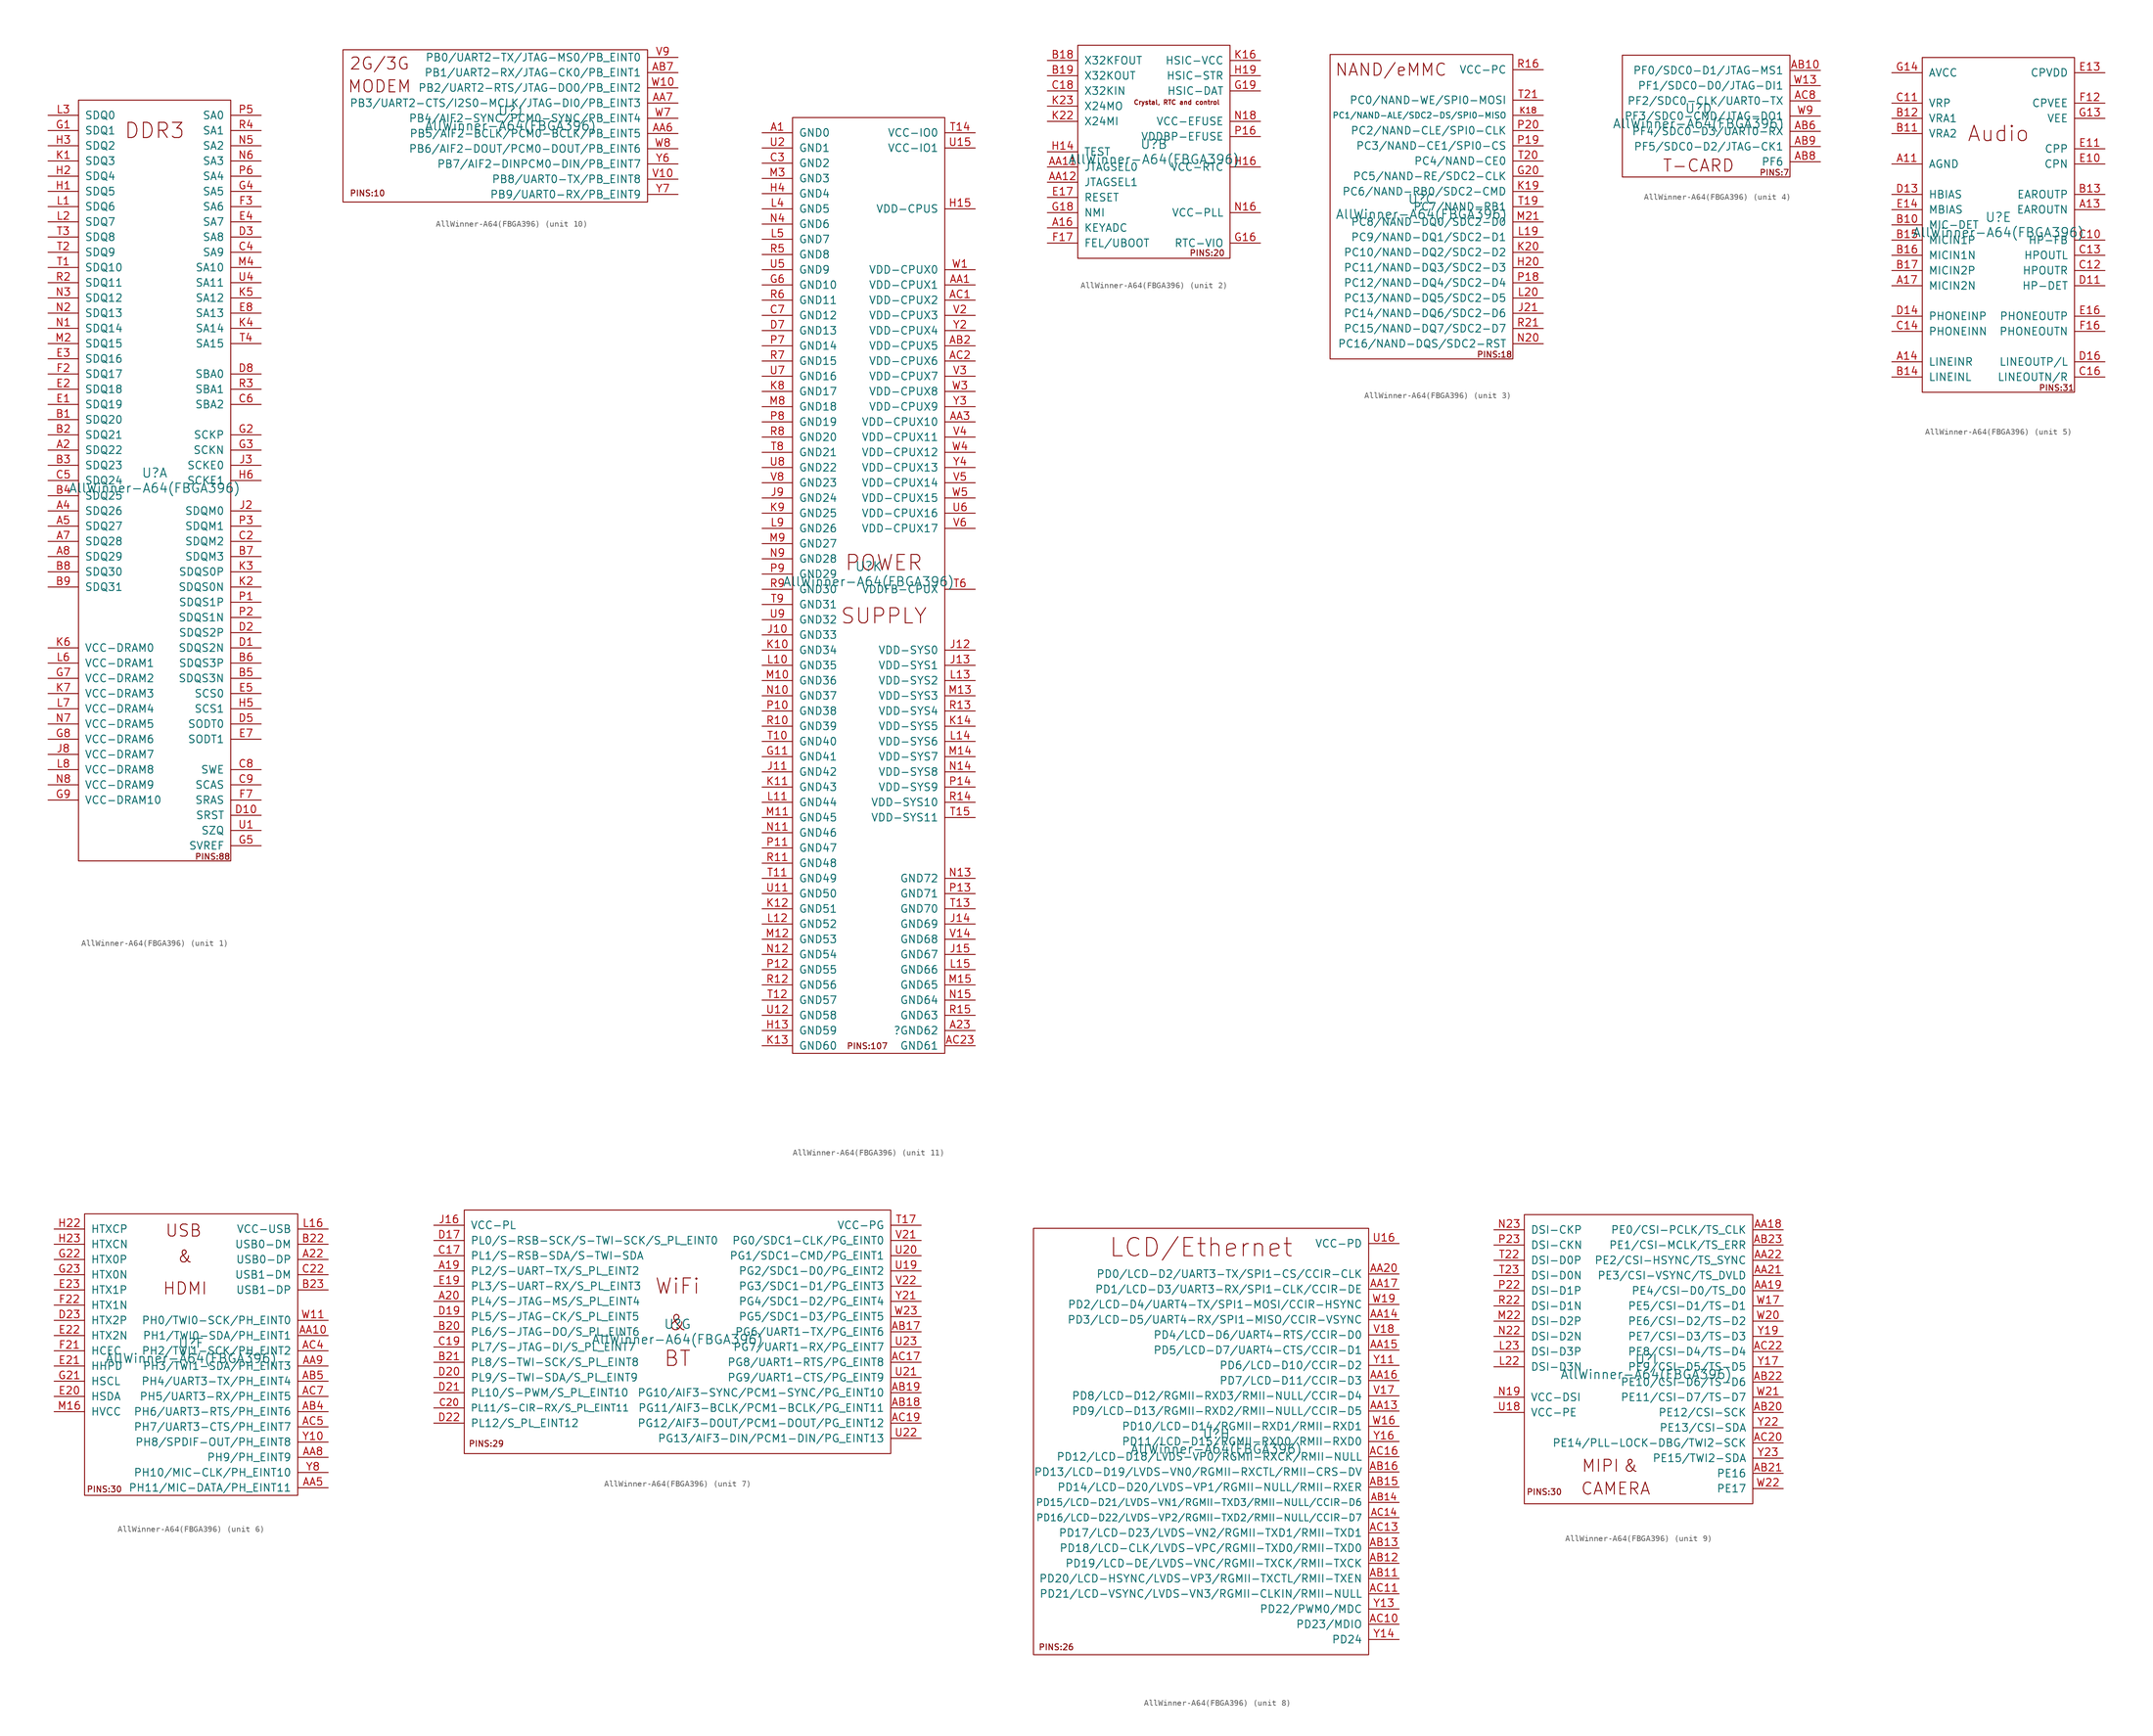
<source format=kicad_sym>
(kicad_symbol_lib
  (version 20241209)
  (generator "kicad_symbol_editor")
  (generator_version "9.0")
  (symbol "AllWinner-A64(FBGA396)"
    (pin_names
      (offset 1.016))
    (property "Reference" "U"
      (at 0 1.27 0)
      (effects (font (size 1.524 1.524))))
    (property "Value" "AllWinner-A64(FBGA396)"
      (at 0 -1.27 0)
      (effects (font (size 1.524 1.524))))
    (property "Footprint" ""
      (at 12.7 12.7 0)
      (effects (font (size 1.524 1.524))))
    (property "Datasheet" ""
      (at 12.7 12.7 0)
      (effects (font (size 1.524 1.524))))
    (property "ki_locked" ""
      (at 0 0 0)
      (effects (font (size 1.27 1.27))))
    (symbol "AllWinner-A64(FBGA396)_1_1"
      (rectangle (start -12.7 63.5) (end 12.7 -63.5) (stroke (width 0) (type solid)) (fill (type none)))
      (text "DDR3" (at 0 58.42 0) (effects (font (size 2.54 2.54))))
      (text "PINS:88" (at 9.677 -62.789 0) (effects (font (size 0.991 0.991))))
      (pin bidirectional line (at -17.78 60.96 0) (length 5.08) (name "SDQ0" (effects (font (size 1.27 1.27)))) (number "L3" (effects (font (size 1.27 1.27)))))
      (pin bidirectional line (at -17.78 58.42 0) (length 5.08) (name "SDQ1" (effects (font (size 1.27 1.27)))) (number "G1" (effects (font (size 1.27 1.27)))))
      (pin bidirectional line (at -17.78 55.88 0) (length 5.08) (name "SDQ2" (effects (font (size 1.27 1.27)))) (number "H3" (effects (font (size 1.27 1.27)))))
      (pin bidirectional line (at -17.78 53.34 0) (length 5.08) (name "SDQ3" (effects (font (size 1.27 1.27)))) (number "K1" (effects (font (size 1.27 1.27)))))
      (pin bidirectional line (at -17.78 50.8 0) (length 5.08) (name "SDQ4" (effects (font (size 1.27 1.27)))) (number "H2" (effects (font (size 1.27 1.27)))))
      (pin bidirectional line (at -17.78 48.26 0) (length 5.08) (name "SDQ5" (effects (font (size 1.27 1.27)))) (number "H1" (effects (font (size 1.27 1.27)))))
      (pin bidirectional line (at -17.78 45.72 0) (length 5.08) (name "SDQ6" (effects (font (size 1.27 1.27)))) (number "L1" (effects (font (size 1.27 1.27)))))
      (pin bidirectional line (at -17.78 43.18 0) (length 5.08) (name "SDQ7" (effects (font (size 1.27 1.27)))) (number "L2" (effects (font (size 1.27 1.27)))))
      (pin bidirectional line (at -17.78 40.64 0) (length 5.08) (name "SDQ8" (effects (font (size 1.27 1.27)))) (number "T3" (effects (font (size 1.27 1.27)))))
      (pin bidirectional line (at -17.78 38.1 0) (length 5.08) (name "SDQ9" (effects (font (size 1.27 1.27)))) (number "T2" (effects (font (size 1.27 1.27)))))
      (pin bidirectional line (at -17.78 35.56 0) (length 5.08) (name "SDQ10" (effects (font (size 1.27 1.27)))) (number "T1" (effects (font (size 1.27 1.27)))))
      (pin bidirectional line (at -17.78 33.02 0) (length 5.08) (name "SDQ11" (effects (font (size 1.27 1.27)))) (number "R2" (effects (font (size 1.27 1.27)))))
      (pin bidirectional line (at -17.78 30.48 0) (length 5.08) (name "SDQ12" (effects (font (size 1.27 1.27)))) (number "N3" (effects (font (size 1.27 1.27)))))
      (pin bidirectional line (at -17.78 27.94 0) (length 5.08) (name "SDQ13" (effects (font (size 1.27 1.27)))) (number "N2" (effects (font (size 1.27 1.27)))))
      (pin bidirectional line (at -17.78 25.4 0) (length 5.08) (name "SDQ14" (effects (font (size 1.27 1.27)))) (number "N1" (effects (font (size 1.27 1.27)))))
      (pin bidirectional line (at -17.78 22.86 0) (length 5.08) (name "SDQ15" (effects (font (size 1.27 1.27)))) (number "M2" (effects (font (size 1.27 1.27)))))
      (pin bidirectional line (at -17.78 20.32 0) (length 5.08) (name "SDQ16" (effects (font (size 1.27 1.27)))) (number "E3" (effects (font (size 1.27 1.27)))))
      (pin bidirectional line (at -17.78 17.78 0) (length 5.08) (name "SDQ17" (effects (font (size 1.27 1.27)))) (number "F2" (effects (font (size 1.27 1.27)))))
      (pin bidirectional line (at -17.78 15.24 0) (length 5.08) (name "SDQ18" (effects (font (size 1.27 1.27)))) (number "E2" (effects (font (size 1.27 1.27)))))
      (pin bidirectional line (at -17.78 12.7 0) (length 5.08) (name "SDQ19" (effects (font (size 1.27 1.27)))) (number "E1" (effects (font (size 1.27 1.27)))))
      (pin bidirectional line (at -17.78 10.16 0) (length 5.08) (name "SDQ20" (effects (font (size 1.27 1.27)))) (number "B1" (effects (font (size 1.27 1.27)))))
      (pin bidirectional line (at -17.78 7.62 0) (length 5.08) (name "SDQ21" (effects (font (size 1.27 1.27)))) (number "B2" (effects (font (size 1.27 1.27)))))
      (pin bidirectional line (at -17.78 5.08 0) (length 5.08) (name "SDQ22" (effects (font (size 1.27 1.27)))) (number "A2" (effects (font (size 1.27 1.27)))))
      (pin bidirectional line (at -17.78 2.54 0) (length 5.08) (name "SDQ23" (effects (font (size 1.27 1.27)))) (number "B3" (effects (font (size 1.27 1.27)))))
      (pin bidirectional line (at -17.78 0 0) (length 5.08) (name "SDQ24" (effects (font (size 1.27 1.27)))) (number "C5" (effects (font (size 1.27 1.27)))))
      (pin bidirectional line (at -17.78 -2.54 0) (length 5.08) (name "SDQ25" (effects (font (size 1.27 1.27)))) (number "B4" (effects (font (size 1.27 1.27)))))
      (pin bidirectional line (at -17.78 -5.08 0) (length 5.08) (name "SDQ26" (effects (font (size 1.27 1.27)))) (number "A4" (effects (font (size 1.27 1.27)))))
      (pin bidirectional line (at -17.78 -7.62 0) (length 5.08) (name "SDQ27" (effects (font (size 1.27 1.27)))) (number "A5" (effects (font (size 1.27 1.27)))))
      (pin bidirectional line (at -17.78 -10.16 0) (length 5.08) (name "SDQ28" (effects (font (size 1.27 1.27)))) (number "A7" (effects (font (size 1.27 1.27)))))
      (pin bidirectional line (at -17.78 -12.7 0) (length 5.08) (name "SDQ29" (effects (font (size 1.27 1.27)))) (number "A8" (effects (font (size 1.27 1.27)))))
      (pin bidirectional line (at -17.78 -15.24 0) (length 5.08) (name "SDQ30" (effects (font (size 1.27 1.27)))) (number "B8" (effects (font (size 1.27 1.27)))))
      (pin bidirectional line (at -17.78 -17.78 0) (length 5.08) (name "SDQ31" (effects (font (size 1.27 1.27)))) (number "B9" (effects (font (size 1.27 1.27)))))
      (pin power_in line (at -17.78 -27.94 0) (length 5.08) (name "VCC-DRAM0" (effects (font (size 1.27 1.27)))) (number "K6" (effects (font (size 1.27 1.27)))))
      (pin power_in line (at -17.78 -30.48 0) (length 5.08) (name "VCC-DRAM1" (effects (font (size 1.27 1.27)))) (number "L6" (effects (font (size 1.27 1.27)))))
      (pin power_in line (at -17.78 -33.02 0) (length 5.08) (name "VCC-DRAM2" (effects (font (size 1.27 1.27)))) (number "G7" (effects (font (size 1.27 1.27)))))
      (pin power_in line (at -17.78 -35.56 0) (length 5.08) (name "VCC-DRAM3" (effects (font (size 1.27 1.27)))) (number "K7" (effects (font (size 1.27 1.27)))))
      (pin power_in line (at -17.78 -38.1 0) (length 5.08) (name "VCC-DRAM4" (effects (font (size 1.27 1.27)))) (number "L7" (effects (font (size 1.27 1.27)))))
      (pin power_in line (at -17.78 -40.64 0) (length 5.08) (name "VCC-DRAM5" (effects (font (size 1.27 1.27)))) (number "N7" (effects (font (size 1.27 1.27)))))
      (pin power_in line (at -17.78 -43.18 0) (length 5.08) (name "VCC-DRAM6" (effects (font (size 1.27 1.27)))) (number "G8" (effects (font (size 1.27 1.27)))))
      (pin power_in line (at -17.78 -45.72 0) (length 5.08) (name "VCC-DRAM7" (effects (font (size 1.27 1.27)))) (number "J8" (effects (font (size 1.27 1.27)))))
      (pin power_in line (at -17.78 -48.26 0) (length 5.08) (name "VCC-DRAM8" (effects (font (size 1.27 1.27)))) (number "L8" (effects (font (size 1.27 1.27)))))
      (pin power_in line (at -17.78 -50.8 0) (length 5.08) (name "VCC-DRAM9" (effects (font (size 1.27 1.27)))) (number "N8" (effects (font (size 1.27 1.27)))))
      (pin power_in line (at -17.78 -53.34 0) (length 5.08) (name "VCC-DRAM10" (effects (font (size 1.27 1.27)))) (number "G9" (effects (font (size 1.27 1.27)))))
      (pin output line (at 17.78 60.96 180) (length 5.08) (name "SA0" (effects (font (size 1.27 1.27)))) (number "P5" (effects (font (size 1.27 1.27)))))
      (pin output line (at 17.78 58.42 180) (length 5.08) (name "SA1" (effects (font (size 1.27 1.27)))) (number "R4" (effects (font (size 1.27 1.27)))))
      (pin output line (at 17.78 55.88 180) (length 5.08) (name "SA2" (effects (font (size 1.27 1.27)))) (number "N5" (effects (font (size 1.27 1.27)))))
      (pin output line (at 17.78 53.34 180) (length 5.08) (name "SA3" (effects (font (size 1.27 1.27)))) (number "N6" (effects (font (size 1.27 1.27)))))
      (pin output line (at 17.78 50.8 180) (length 5.08) (name "SA4" (effects (font (size 1.27 1.27)))) (number "P6" (effects (font (size 1.27 1.27)))))
      (pin output line (at 17.78 48.26 180) (length 5.08) (name "SA5" (effects (font (size 1.27 1.27)))) (number "G4" (effects (font (size 1.27 1.27)))))
      (pin output line (at 17.78 45.72 180) (length 5.08) (name "SA6" (effects (font (size 1.27 1.27)))) (number "F3" (effects (font (size 1.27 1.27)))))
      (pin output line (at 17.78 43.18 180) (length 5.08) (name "SA7" (effects (font (size 1.27 1.27)))) (number "E4" (effects (font (size 1.27 1.27)))))
      (pin output line (at 17.78 40.64 180) (length 5.08) (name "SA8" (effects (font (size 1.27 1.27)))) (number "D3" (effects (font (size 1.27 1.27)))))
      (pin output line (at 17.78 38.1 180) (length 5.08) (name "SA9" (effects (font (size 1.27 1.27)))) (number "C4" (effects (font (size 1.27 1.27)))))
      (pin output line (at 17.78 35.56 180) (length 5.08) (name "SA10" (effects (font (size 1.27 1.27)))) (number "M4" (effects (font (size 1.27 1.27)))))
      (pin output line (at 17.78 33.02 180) (length 5.08) (name "SA11" (effects (font (size 1.27 1.27)))) (number "U4" (effects (font (size 1.27 1.27)))))
      (pin output line (at 17.78 30.48 180) (length 5.08) (name "SA12" (effects (font (size 1.27 1.27)))) (number "K5" (effects (font (size 1.27 1.27)))))
      (pin output line (at 17.78 27.94 180) (length 5.08) (name "SA13" (effects (font (size 1.27 1.27)))) (number "E8" (effects (font (size 1.27 1.27)))))
      (pin output line (at 17.78 25.4 180) (length 5.08) (name "SA14" (effects (font (size 1.27 1.27)))) (number "K4" (effects (font (size 1.27 1.27)))))
      (pin output line (at 17.78 22.86 180) (length 5.08) (name "SA15" (effects (font (size 1.27 1.27)))) (number "T4" (effects (font (size 1.27 1.27)))))
      (pin output line (at 17.78 17.78 180) (length 5.08) (name "SBA0" (effects (font (size 1.27 1.27)))) (number "D8" (effects (font (size 1.27 1.27)))))
      (pin output line (at 17.78 15.24 180) (length 5.08) (name "SBA1" (effects (font (size 1.27 1.27)))) (number "R3" (effects (font (size 1.27 1.27)))))
      (pin output line (at 17.78 12.7 180) (length 5.08) (name "SBA2" (effects (font (size 1.27 1.27)))) (number "C6" (effects (font (size 1.27 1.27)))))
      (pin output line (at 17.78 7.62 180) (length 5.08) (name "SCKP" (effects (font (size 1.27 1.27)))) (number "G2" (effects (font (size 1.27 1.27)))))
      (pin output line (at 17.78 5.08 180) (length 5.08) (name "SCKN" (effects (font (size 1.27 1.27)))) (number "G3" (effects (font (size 1.27 1.27)))))
      (pin output line (at 17.78 2.54 180) (length 5.08) (name "SCKE0" (effects (font (size 1.27 1.27)))) (number "J3" (effects (font (size 1.27 1.27)))))
      (pin output line (at 17.78 0 180) (length 5.08) (name "SCKE1" (effects (font (size 1.27 1.27)))) (number "H6" (effects (font (size 1.27 1.27)))))
      (pin output line (at 17.78 -5.08 180) (length 5.08) (name "SDQM0" (effects (font (size 1.27 1.27)))) (number "J2" (effects (font (size 1.27 1.27)))))
      (pin output line (at 17.78 -7.62 180) (length 5.08) (name "SDQM1" (effects (font (size 1.27 1.27)))) (number "P3" (effects (font (size 1.27 1.27)))))
      (pin output line (at 17.78 -10.16 180) (length 5.08) (name "SDQM2" (effects (font (size 1.27 1.27)))) (number "C2" (effects (font (size 1.27 1.27)))))
      (pin output line (at 17.78 -12.7 180) (length 5.08) (name "SDQM3" (effects (font (size 1.27 1.27)))) (number "B7" (effects (font (size 1.27 1.27)))))
      (pin output line (at 17.78 -15.24 180) (length 5.08) (name "SDQS0P" (effects (font (size 1.27 1.27)))) (number "K3" (effects (font (size 1.27 1.27)))))
      (pin output line (at 17.78 -17.78 180) (length 5.08) (name "SDQS0N" (effects (font (size 1.27 1.27)))) (number "K2" (effects (font (size 1.27 1.27)))))
      (pin output line (at 17.78 -20.32 180) (length 5.08) (name "SDQS1P" (effects (font (size 1.27 1.27)))) (number "P1" (effects (font (size 1.27 1.27)))))
      (pin output line (at 17.78 -22.86 180) (length 5.08) (name "SDQS1N" (effects (font (size 1.27 1.27)))) (number "P2" (effects (font (size 1.27 1.27)))))
      (pin output line (at 17.78 -25.4 180) (length 5.08) (name "SDQS2P" (effects (font (size 1.27 1.27)))) (number "D2" (effects (font (size 1.27 1.27)))))
      (pin output line (at 17.78 -27.94 180) (length 5.08) (name "SDQS2N" (effects (font (size 1.27 1.27)))) (number "D1" (effects (font (size 1.27 1.27)))))
      (pin output line (at 17.78 -30.48 180) (length 5.08) (name "SDQS3P" (effects (font (size 1.27 1.27)))) (number "B6" (effects (font (size 1.27 1.27)))))
      (pin output line (at 17.78 -33.02 180) (length 5.08) (name "SDQS3N" (effects (font (size 1.27 1.27)))) (number "B5" (effects (font (size 1.27 1.27)))))
      (pin output line (at 17.78 -35.56 180) (length 5.08) (name "SCS0" (effects (font (size 1.27 1.27)))) (number "E5" (effects (font (size 1.27 1.27)))))
      (pin output line (at 17.78 -38.1 180) (length 5.08) (name "SCS1" (effects (font (size 1.27 1.27)))) (number "H5" (effects (font (size 1.27 1.27)))))
      (pin output line (at 17.78 -40.64 180) (length 5.08) (name "SODT0" (effects (font (size 1.27 1.27)))) (number "D5" (effects (font (size 1.27 1.27)))))
      (pin output line (at 17.78 -43.18 180) (length 5.08) (name "SODT1" (effects (font (size 1.27 1.27)))) (number "E7" (effects (font (size 1.27 1.27)))))
      (pin output line (at 17.78 -48.26 180) (length 5.08) (name "SWE" (effects (font (size 1.27 1.27)))) (number "C8" (effects (font (size 1.27 1.27)))))
      (pin output line (at 17.78 -50.8 180) (length 5.08) (name "SCAS" (effects (font (size 1.27 1.27)))) (number "C9" (effects (font (size 1.27 1.27)))))
      (pin output line (at 17.78 -53.34 180) (length 5.08) (name "SRAS" (effects (font (size 1.27 1.27)))) (number "F7" (effects (font (size 1.27 1.27)))))
      (pin output line (at 17.78 -55.88 180) (length 5.08) (name "SRST" (effects (font (size 1.27 1.27)))) (number "D10" (effects (font (size 1.27 1.27)))))
      (pin passive line (at 17.78 -58.42 180) (length 5.08) (name "SZQ" (effects (font (size 1.27 1.27)))) (number "U1" (effects (font (size 1.27 1.27)))))
      (pin input line (at 17.78 -60.96 180) (length 5.08) (name "SVREF" (effects (font (size 1.27 1.27)))) (number "G5" (effects (font (size 1.27 1.27))))))
    (symbol "AllWinner-A64(FBGA396)_2_1"
      (rectangle (start -12.7 17.78) (end 12.7 -17.78) (stroke (width 0) (type solid)) (fill (type none)))
      (text "Crystal, RTC and control" (at 3.81 8.255 0) (effects (font (size 0.762 0.762))))
      (text "PINS:20" (at 8.89 -16.891 0) (effects (font (size 0.991 0.991))))
      (pin output line (at -17.78 15.24 0) (length 5.08) (name "X32KFOUT" (effects (font (size 1.27 1.27)))) (number "B18" (effects (font (size 1.27 1.27)))))
      (pin output line (at -17.78 12.7 0) (length 5.08) (name "X32KOUT" (effects (font (size 1.27 1.27)))) (number "B19" (effects (font (size 1.27 1.27)))))
      (pin input line (at -17.78 10.16 0) (length 5.08) (name "X32KIN" (effects (font (size 1.27 1.27)))) (number "C18" (effects (font (size 1.27 1.27)))))
      (pin output line (at -17.78 7.62 0) (length 5.08) (name "X24MO" (effects (font (size 1.27 1.27)))) (number "K23" (effects (font (size 1.27 1.27)))))
      (pin input line (at -17.78 5.08 0) (length 5.08) (name "X24MI" (effects (font (size 1.27 1.27)))) (number "K22" (effects (font (size 1.27 1.27)))))
      (pin input line (at -17.78 0 0) (length 5.08) (name "TEST" (effects (font (size 1.27 1.27)))) (number "H14" (effects (font (size 1.27 1.27)))))
      (pin input line (at -17.78 -2.54 0) (length 5.08) (name "JTAGSEL0" (effects (font (size 1.27 1.27)))) (number "AA11" (effects (font (size 1.27 1.27)))))
      (pin input line (at -17.78 -5.08 0) (length 5.08) (name "JTAGSEL1" (effects (font (size 1.27 1.27)))) (number "AA12" (effects (font (size 1.27 1.27)))))
      (pin input line (at -17.78 -7.62 0) (length 5.08) (name "RESET" (effects (font (size 1.27 1.27)))) (number "E17" (effects (font (size 1.27 1.27)))))
      (pin input line (at -17.78 -10.16 0) (length 5.08) (name "NMI" (effects (font (size 1.27 1.27)))) (number "G18" (effects (font (size 1.27 1.27)))))
      (pin input line (at -17.78 -12.7 0) (length 5.08) (name "KEYADC" (effects (font (size 1.27 1.27)))) (number "A16" (effects (font (size 1.27 1.27)))))
      (pin input line (at -17.78 -15.24 0) (length 5.08) (name "FEL/UBOOT" (effects (font (size 1.27 1.27)))) (number "F17" (effects (font (size 1.27 1.27)))))
      (pin power_in line (at 17.78 15.24 180) (length 5.08) (name "HSIC-VCC" (effects (font (size 1.27 1.27)))) (number "K16" (effects (font (size 1.27 1.27)))))
      (pin bidirectional line (at 17.78 12.7 180) (length 5.08) (name "HSIC-STR" (effects (font (size 1.27 1.27)))) (number "H19" (effects (font (size 1.27 1.27)))))
      (pin bidirectional line (at 17.78 10.16 180) (length 5.08) (name "HSIC-DAT" (effects (font (size 1.27 1.27)))) (number "G19" (effects (font (size 1.27 1.27)))))
      (pin input line (at 17.78 5.08 180) (length 5.08) (name "VCC-EFUSE" (effects (font (size 1.27 1.27)))) (number "N18" (effects (font (size 1.27 1.27)))))
      (pin input line (at 17.78 2.54 180) (length 5.08) (name "VDDBP-EFUSE" (effects (font (size 1.27 1.27)))) (number "P16" (effects (font (size 1.27 1.27)))))
      (pin power_in line (at 17.78 -2.54 180) (length 5.08) (name "VCC-RTC" (effects (font (size 1.27 1.27)))) (number "H16" (effects (font (size 1.27 1.27)))))
      (pin power_in line (at 17.78 -10.16 180) (length 5.08) (name "VCC-PLL" (effects (font (size 1.27 1.27)))) (number "N16" (effects (font (size 1.27 1.27)))))
      (pin input line (at 17.78 -15.24 180) (length 5.08) (name "RTC-VIO" (effects (font (size 1.27 1.27)))) (number "G16" (effects (font (size 1.27 1.27))))))
    (symbol "AllWinner-A64(FBGA396)_3_1"
      (rectangle (start -15.24 25.4) (end 15.24 -25.4) (stroke (width 0) (type solid)) (fill (type none)))
      (text "NAND/eMMC" (at -5.08 22.86 0) (effects (font (size 2.032 2.032))))
      (text "PINS:18" (at 12.192 -24.663 0) (effects (font (size 0.991 0.991))))
      (pin power_in line (at 20.32 22.86 180) (length 5.08) (name "VCC-PC" (effects (font (size 1.27 1.27)))) (number "R16" (effects (font (size 1.27 1.27)))))
      (pin bidirectional line (at 20.32 17.78 180) (length 5.08) (name "PC0/NAND-WE/SPI0-MOSI" (effects (font (size 1.27 1.27)))) (number "T21" (effects (font (size 1.27 1.27)))))
      (pin bidirectional line (at 20.32 15.24 180) (length 5.08) (name "PC1/NAND-ALE/SDC2-DS/SPI0-MISO" (effects (font (size 0.991 0.991)))) (number "K18" (effects (font (size 0.991 0.991)))))
      (pin bidirectional line (at 20.32 12.7 180) (length 5.08) (name "PC2/NAND-CLE/SPI0-CLK" (effects (font (size 1.27 1.27)))) (number "P20" (effects (font (size 1.27 1.27)))))
      (pin bidirectional line (at 20.32 10.16 180) (length 5.08) (name "PC3/NAND-CE1/SPI0-CS" (effects (font (size 1.27 1.27)))) (number "P19" (effects (font (size 1.27 1.27)))))
      (pin bidirectional line (at 20.32 7.62 180) (length 5.08) (name "PC4/NAND-CE0" (effects (font (size 1.27 1.27)))) (number "T20" (effects (font (size 1.27 1.27)))))
      (pin bidirectional line (at 20.32 5.08 180) (length 5.08) (name "PC5/NAND-RE/SDC2-CLK" (effects (font (size 1.27 1.27)))) (number "G20" (effects (font (size 1.27 1.27)))))
      (pin bidirectional line (at 20.32 2.54 180) (length 5.08) (name "PC6/NAND-RB0/SDC2-CMD" (effects (font (size 1.27 1.27)))) (number "K19" (effects (font (size 1.27 1.27)))))
      (pin bidirectional line (at 20.32 0 180) (length 5.08) (name "PC7/NAND-RB1" (effects (font (size 1.27 1.27)))) (number "T19" (effects (font (size 1.27 1.27)))))
      (pin bidirectional line (at 20.32 -2.54 180) (length 5.08) (name "PC8/NAND-DQ0/SDC2-D0" (effects (font (size 1.27 1.27)))) (number "M21" (effects (font (size 1.27 1.27)))))
      (pin bidirectional line (at 20.32 -5.08 180) (length 5.08) (name "PC9/NAND-DQ1/SDC2-D1" (effects (font (size 1.27 1.27)))) (number "L19" (effects (font (size 1.27 1.27)))))
      (pin bidirectional line (at 20.32 -7.62 180) (length 5.08) (name "PC10/NAND-DQ2/SDC2-D2" (effects (font (size 1.27 1.27)))) (number "K20" (effects (font (size 1.27 1.27)))))
      (pin bidirectional line (at 20.32 -10.16 180) (length 5.08) (name "PC11/NAND-DQ3/SDC2-D3" (effects (font (size 1.27 1.27)))) (number "H20" (effects (font (size 1.27 1.27)))))
      (pin bidirectional line (at 20.32 -12.7 180) (length 5.08) (name "PC12/NAND-DQ4/SDC2-D4" (effects (font (size 1.27 1.27)))) (number "P18" (effects (font (size 1.27 1.27)))))
      (pin bidirectional line (at 20.32 -15.24 180) (length 5.08) (name "PC13/NAND-DQ5/SDC2-D5" (effects (font (size 1.27 1.27)))) (number "L20" (effects (font (size 1.27 1.27)))))
      (pin bidirectional line (at 20.32 -17.78 180) (length 5.08) (name "PC14/NAND-DQ6/SDC2-D6" (effects (font (size 1.27 1.27)))) (number "J21" (effects (font (size 1.27 1.27)))))
      (pin bidirectional line (at 20.32 -20.32 180) (length 5.08) (name "PC15/NAND-DQ7/SDC2-D7" (effects (font (size 1.27 1.27)))) (number "R21" (effects (font (size 1.27 1.27)))))
      (pin bidirectional line (at 20.32 -22.86 180) (length 5.08) (name "PC16/NAND-DQS/SDC2-RST" (effects (font (size 1.27 1.27)))) (number "N20" (effects (font (size 1.27 1.27))))))
    (symbol "AllWinner-A64(FBGA396)_4_1"
      (rectangle (start -12.7 10.16) (end 15.24 -10.16) (stroke (width 0) (type solid)) (fill (type none)))
      (text "T-CARD" (at 0 -8.255 0) (effects (font (size 2.032 2.032))))
      (text "PINS:7" (at 12.649 -9.423 0) (effects (font (size 0.991 0.991))))
      (pin bidirectional line (at 20.32 7.62 180) (length 5.08) (name "PF0/SDC0-D1/JTAG-MS1" (effects (font (size 1.27 1.27)))) (number "AB10" (effects (font (size 1.27 1.27)))))
      (pin bidirectional line (at 20.32 5.08 180) (length 5.08) (name "PF1/SDC0-D0/JTAG-DI1" (effects (font (size 1.27 1.27)))) (number "W13" (effects (font (size 1.27 1.27)))))
      (pin bidirectional line (at 20.32 2.54 180) (length 5.08) (name "PF2/SDC0-CLK/UART0-TX" (effects (font (size 1.27 1.27)))) (number "AC8" (effects (font (size 1.27 1.27)))))
      (pin bidirectional line (at 20.32 0 180) (length 5.08) (name "PF3/SDC0-CMD/JTAG-DO1" (effects (font (size 1.27 1.27)))) (number "W9" (effects (font (size 1.27 1.27)))))
      (pin bidirectional line (at 20.32 -2.54 180) (length 5.08) (name "PF4/SDC0-D3/UART0-RX" (effects (font (size 1.27 1.27)))) (number "AB6" (effects (font (size 1.27 1.27)))))
      (pin bidirectional line (at 20.32 -5.08 180) (length 5.08) (name "PF5/SDC0-D2/JTAG-CK1" (effects (font (size 1.27 1.27)))) (number "AB9" (effects (font (size 1.27 1.27)))))
      (pin bidirectional line (at 20.32 -7.62 180) (length 5.08) (name "PF6" (effects (font (size 1.27 1.27)))) (number "AB8" (effects (font (size 1.27 1.27))))))
    (symbol "AllWinner-A64(FBGA396)_5_1"
      (rectangle (start -12.7 27.94) (end 12.7 -27.94) (stroke (width 0) (type solid)) (fill (type none)))
      (text "Audio" (at 0 15.24 0) (effects (font (size 2.54 2.54))))
      (text "PINS:31" (at 9.703 -27.203 0) (effects (font (size 0.991 0.991))))
      (pin power_in line (at -17.78 25.4 0) (length 5.08) (name "AVCC" (effects (font (size 1.27 1.27)))) (number "G14" (effects (font (size 1.27 1.27)))))
      (pin input line (at -17.78 20.32 0) (length 5.08) (name "VRP" (effects (font (size 1.27 1.27)))) (number "C11" (effects (font (size 1.27 1.27)))))
      (pin input line (at -17.78 17.78 0) (length 5.08) (name "VRA1" (effects (font (size 1.27 1.27)))) (number "B12" (effects (font (size 1.27 1.27)))))
      (pin input line (at -17.78 15.24 0) (length 5.08) (name "VRA2" (effects (font (size 1.27 1.27)))) (number "B11" (effects (font (size 1.27 1.27)))))
      (pin power_in line (at -17.78 10.16 0) (length 5.08) (name "AGND" (effects (font (size 1.27 1.27)))) (number "A11" (effects (font (size 1.27 1.27)))))
      (pin power_out line (at -17.78 5.08 0) (length 5.08) (name "HBIAS" (effects (font (size 1.27 1.27)))) (number "D13" (effects (font (size 1.27 1.27)))))
      (pin power_out line (at -17.78 2.54 0) (length 5.08) (name "MBIAS" (effects (font (size 1.27 1.27)))) (number "E14" (effects (font (size 1.27 1.27)))))
      (pin input line (at -17.78 0 0) (length 5.08) (name "MIC-DET" (effects (font (size 1.27 1.27)))) (number "B10" (effects (font (size 1.27 1.27)))))
      (pin input line (at -17.78 -2.54 0) (length 5.08) (name "MICIN1P" (effects (font (size 1.27 1.27)))) (number "B15" (effects (font (size 1.27 1.27)))))
      (pin input line (at -17.78 -5.08 0) (length 5.08) (name "MICIN1N" (effects (font (size 1.27 1.27)))) (number "B16" (effects (font (size 1.27 1.27)))))
      (pin input line (at -17.78 -7.62 0) (length 5.08) (name "MICIN2P" (effects (font (size 1.27 1.27)))) (number "B17" (effects (font (size 1.27 1.27)))))
      (pin input line (at -17.78 -10.16 0) (length 5.08) (name "MICIN2N" (effects (font (size 1.27 1.27)))) (number "A17" (effects (font (size 1.27 1.27)))))
      (pin input line (at -17.78 -15.24 0) (length 5.08) (name "PHONEINP" (effects (font (size 1.27 1.27)))) (number "D14" (effects (font (size 1.27 1.27)))))
      (pin input line (at -17.78 -17.78 0) (length 5.08) (name "PHONEINN" (effects (font (size 1.27 1.27)))) (number "C14" (effects (font (size 1.27 1.27)))))
      (pin input line (at -17.78 -22.86 0) (length 5.08) (name "LINEINR" (effects (font (size 1.27 1.27)))) (number "A14" (effects (font (size 1.27 1.27)))))
      (pin input line (at -17.78 -25.4 0) (length 5.08) (name "LINEINL" (effects (font (size 1.27 1.27)))) (number "B14" (effects (font (size 1.27 1.27)))))
      (pin power_in line (at 17.78 25.4 180) (length 5.08) (name "CPVDD" (effects (font (size 1.27 1.27)))) (number "E13" (effects (font (size 1.27 1.27)))))
      (pin power_out line (at 17.78 20.32 180) (length 5.08) (name "CPVEE" (effects (font (size 1.27 1.27)))) (number "F12" (effects (font (size 1.27 1.27)))))
      (pin power_in line (at 17.78 17.78 180) (length 5.08) (name "VEE" (effects (font (size 1.27 1.27)))) (number "G13" (effects (font (size 1.27 1.27)))))
      (pin passive line (at 17.78 12.7 180) (length 5.08) (name "CPP" (effects (font (size 1.27 1.27)))) (number "E11" (effects (font (size 1.27 1.27)))))
      (pin passive line (at 17.78 10.16 180) (length 5.08) (name "CPN" (effects (font (size 1.27 1.27)))) (number "E10" (effects (font (size 1.27 1.27)))))
      (pin output line (at 17.78 5.08 180) (length 5.08) (name "EAROUTP" (effects (font (size 1.27 1.27)))) (number "B13" (effects (font (size 1.27 1.27)))))
      (pin output line (at 17.78 2.54 180) (length 5.08) (name "EAROUTN" (effects (font (size 1.27 1.27)))) (number "A13" (effects (font (size 1.27 1.27)))))
      (pin input line (at 17.78 -2.54 180) (length 5.08) (name "HP-FB" (effects (font (size 1.27 1.27)))) (number "C10" (effects (font (size 1.27 1.27)))))
      (pin output line (at 17.78 -5.08 180) (length 5.08) (name "HPOUTL" (effects (font (size 1.27 1.27)))) (number "C13" (effects (font (size 1.27 1.27)))))
      (pin output line (at 17.78 -7.62 180) (length 5.08) (name "HPOUTR" (effects (font (size 1.27 1.27)))) (number "C12" (effects (font (size 1.27 1.27)))))
      (pin input line (at 17.78 -10.16 180) (length 5.08) (name "HP-DET" (effects (font (size 1.27 1.27)))) (number "D11" (effects (font (size 1.27 1.27)))))
      (pin output line (at 17.78 -15.24 180) (length 5.08) (name "PHONEOUTP" (effects (font (size 1.27 1.27)))) (number "E16" (effects (font (size 1.27 1.27)))))
      (pin output line (at 17.78 -17.78 180) (length 5.08) (name "PHONEOUTN" (effects (font (size 1.27 1.27)))) (number "F16" (effects (font (size 1.27 1.27)))))
      (pin output line (at 17.78 -22.86 180) (length 5.08) (name "LINEOUTP/L" (effects (font (size 1.27 1.27)))) (number "D16" (effects (font (size 1.27 1.27)))))
      (pin output line (at 17.78 -25.4 180) (length 5.08) (name "LINEOUTN/R" (effects (font (size 1.27 1.27)))) (number "C16" (effects (font (size 1.27 1.27))))))
    (symbol "AllWinner-A64(FBGA396)_6_1"
      (rectangle (start -17.78 22.86) (end 17.78 -24.13) (stroke (width 0) (type solid)) (fill (type none)))
      (text "PINS:30" (at -14.478 -23.114 0) (effects (font (size 0.991 0.991))))
      (text "USB" (at -1.27 20.066 0) (effects (font (size 2.007 2.007))))
      (text "&" (at -1.016 15.748 0) (effects (font (size 2.007 2.007))))
      (text "HDMI" (at -1.016 10.414 0) (effects (font (size 2.007 2.007))))
      (pin output line (at -22.86 20.32 0) (length 5.08) (name "HTXCP" (effects (font (size 1.27 1.27)))) (number "H22" (effects (font (size 1.27 1.27)))))
      (pin output line (at -22.86 17.78 0) (length 5.08) (name "HTXCN" (effects (font (size 1.27 1.27)))) (number "H23" (effects (font (size 1.27 1.27)))))
      (pin output line (at -22.86 15.24 0) (length 5.08) (name "HTX0P" (effects (font (size 1.27 1.27)))) (number "G22" (effects (font (size 1.27 1.27)))))
      (pin output line (at -22.86 12.7 0) (length 5.08) (name "HTX0N" (effects (font (size 1.27 1.27)))) (number "G23" (effects (font (size 1.27 1.27)))))
      (pin output line (at -22.86 10.16 0) (length 5.08) (name "HTX1P" (effects (font (size 1.27 1.27)))) (number "E23" (effects (font (size 1.27 1.27)))))
      (pin output line (at -22.86 7.62 0) (length 5.08) (name "HTX1N" (effects (font (size 1.27 1.27)))) (number "F22" (effects (font (size 1.27 1.27)))))
      (pin output line (at -22.86 5.08 0) (length 5.08) (name "HTX2P" (effects (font (size 1.27 1.27)))) (number "D23" (effects (font (size 1.27 1.27)))))
      (pin output line (at -22.86 2.54 0) (length 5.08) (name "HTX2N" (effects (font (size 1.27 1.27)))) (number "E22" (effects (font (size 1.27 1.27)))))
      (pin output line (at -22.86 0 0) (length 5.08) (name "HCEC" (effects (font (size 1.27 1.27)))) (number "F21" (effects (font (size 1.27 1.27)))))
      (pin output line (at -22.86 -2.54 0) (length 5.08) (name "HHPD" (effects (font (size 1.27 1.27)))) (number "E21" (effects (font (size 1.27 1.27)))))
      (pin output line (at -22.86 -5.08 0) (length 5.08) (name "HSCL" (effects (font (size 1.27 1.27)))) (number "G21" (effects (font (size 1.27 1.27)))))
      (pin output line (at -22.86 -7.62 0) (length 5.08) (name "HSDA" (effects (font (size 1.27 1.27)))) (number "E20" (effects (font (size 1.27 1.27)))))
      (pin power_in line (at -22.86 -10.16 0) (length 5.08) (name "HVCC" (effects (font (size 1.27 1.27)))) (number "M16" (effects (font (size 1.27 1.27)))))
      (pin power_in line (at 22.86 20.32 180) (length 5.08) (name "VCC-USB" (effects (font (size 1.27 1.27)))) (number "L16" (effects (font (size 1.27 1.27)))))
      (pin bidirectional line (at 22.86 17.78 180) (length 5.08) (name "USB0-DM" (effects (font (size 1.27 1.27)))) (number "B22" (effects (font (size 1.27 1.27)))))
      (pin bidirectional line (at 22.86 15.24 180) (length 5.08) (name "USB0-DP" (effects (font (size 1.27 1.27)))) (number "A22" (effects (font (size 1.27 1.27)))))
      (pin bidirectional line (at 22.86 12.7 180) (length 5.08) (name "USB1-DM" (effects (font (size 1.27 1.27)))) (number "C22" (effects (font (size 1.27 1.27)))))
      (pin bidirectional line (at 22.86 10.16 180) (length 5.08) (name "USB1-DP" (effects (font (size 1.27 1.27)))) (number "B23" (effects (font (size 1.27 1.27)))))
      (pin bidirectional line (at 22.86 5.08 180) (length 5.08) (name "PH0/TWI0-SCK/PH_EINT0" (effects (font (size 1.27 1.27)))) (number "W11" (effects (font (size 1.27 1.27)))))
      (pin bidirectional line (at 22.86 2.54 180) (length 5.08) (name "PH1/TWI0-SDA/PH_EINT1" (effects (font (size 1.27 1.27)))) (number "AA10" (effects (font (size 1.27 1.27)))))
      (pin bidirectional line (at 22.86 0 180) (length 5.08) (name "PH2/TWI1-SCK/PH_EINT2" (effects (font (size 1.27 1.27)))) (number "AC4" (effects (font (size 1.27 1.27)))))
      (pin bidirectional line (at 22.86 -2.54 180) (length 5.08) (name "PH3/TWI1-SDA/PH_EINT3" (effects (font (size 1.27 1.27)))) (number "AA9" (effects (font (size 1.27 1.27)))))
      (pin bidirectional line (at 22.86 -5.08 180) (length 5.08) (name "PH4/UART3-TX/PH_EINT4" (effects (font (size 1.27 1.27)))) (number "AB5" (effects (font (size 1.27 1.27)))))
      (pin bidirectional line (at 22.86 -7.62 180) (length 5.08) (name "PH5/UART3-RX/PH_EINT5" (effects (font (size 1.27 1.27)))) (number "AC7" (effects (font (size 1.27 1.27)))))
      (pin bidirectional line (at 22.86 -10.16 180) (length 5.08) (name "PH6/UART3-RTS/PH_EINT6" (effects (font (size 1.27 1.27)))) (number "AB4" (effects (font (size 1.27 1.27)))))
      (pin bidirectional line (at 22.86 -12.7 180) (length 5.08) (name "PH7/UART3-CTS/PH_EINT7" (effects (font (size 1.27 1.27)))) (number "AC5" (effects (font (size 1.27 1.27)))))
      (pin bidirectional line (at 22.86 -15.24 180) (length 5.08) (name "PH8/SPDIF-OUT/PH_EINT8" (effects (font (size 1.27 1.27)))) (number "Y10" (effects (font (size 1.27 1.27)))))
      (pin bidirectional line (at 22.86 -17.78 180) (length 5.08) (name "PH9/PH_EINT9" (effects (font (size 1.27 1.27)))) (number "AA8" (effects (font (size 1.27 1.27)))))
      (pin bidirectional line (at 22.86 -20.32 180) (length 5.08) (name "PH10/MIC-CLK/PH_EINT10" (effects (font (size 1.27 1.27)))) (number "Y8" (effects (font (size 1.27 1.27)))))
      (pin bidirectional line (at 22.86 -22.86 180) (length 5.08) (name "PH11/MIC-DATA/PH_EINT11" (effects (font (size 1.27 1.27)))) (number "AA5" (effects (font (size 1.27 1.27))))))
    (symbol "AllWinner-A64(FBGA396)_7_1"
      (rectangle (start -35.56 20.32) (end 35.56 -20.32) (stroke (width 0) (type solid)) (fill (type none)))
      (text "PINS:29" (at -31.877 -18.669 0) (effects (font (size 0.991 0.991))))
      (text "WiFi" (at 0 7.62 0) (effects (font (size 2.54 2.54))))
      (text "&" (at 0 1.524 0) (effects (font (size 2.54 2.54))))
      (text "BT" (at 0 -4.445 0) (effects (font (size 2.54 2.54))))
      (pin power_in line (at -40.64 17.78 0) (length 5.08) (name "VCC-PL" (effects (font (size 1.27 1.27)))) (number "J16" (effects (font (size 1.27 1.27)))))
      (pin bidirectional line (at -40.64 15.24 0) (length 5.08) (name "PL0/S-RSB-SCK/S-TWI-SCK/S_PL_EINT0" (effects (font (size 1.27 1.27)))) (number "D17" (effects (font (size 1.27 1.27)))))
      (pin bidirectional line (at -40.64 12.7 0) (length 5.08) (name "PL1/S-RSB-SDA/S-TWI-SDA" (effects (font (size 1.27 1.27)))) (number "C17" (effects (font (size 1.27 1.27)))))
      (pin bidirectional line (at -40.64 10.16 0) (length 5.08) (name "PL2/S-UART-TX/S_PL_EINT2" (effects (font (size 1.27 1.27)))) (number "A19" (effects (font (size 1.27 1.27)))))
      (pin bidirectional line (at -40.64 7.62 0) (length 5.08) (name "PL3/S-UART-RX/S_PL_EINT3" (effects (font (size 1.27 1.27)))) (number "E19" (effects (font (size 1.27 1.27)))))
      (pin bidirectional line (at -40.64 5.08 0) (length 5.08) (name "PL4/S-JTAG-MS/S_PL_EINT4" (effects (font (size 1.27 1.27)))) (number "A20" (effects (font (size 1.27 1.27)))))
      (pin bidirectional line (at -40.64 2.54 0) (length 5.08) (name "PL5/S-JTAG-CK/S_PL_EINT5" (effects (font (size 1.27 1.27)))) (number "D19" (effects (font (size 1.27 1.27)))))
      (pin bidirectional line (at -40.64 0 0) (length 5.08) (name "PL6/S-JTAG-DO/S_PL_EINT6" (effects (font (size 1.27 1.27)))) (number "B20" (effects (font (size 1.27 1.27)))))
      (pin bidirectional line (at -40.64 -2.54 0) (length 5.08) (name "PL7/S-JTAG-DI/S_PL_EINT7" (effects (font (size 1.27 1.27)))) (number "C19" (effects (font (size 1.27 1.27)))))
      (pin bidirectional line (at -40.64 -5.08 0) (length 5.08) (name "PL8/S-TWI-SCK/S_PL_EINT8" (effects (font (size 1.27 1.27)))) (number "B21" (effects (font (size 1.27 1.27)))))
      (pin bidirectional line (at -40.64 -7.62 0) (length 5.08) (name "PL9/S-TWI-SDA/S_PL_EINT9" (effects (font (size 1.27 1.27)))) (number "D20" (effects (font (size 1.27 1.27)))))
      (pin bidirectional line (at -40.64 -10.16 0) (length 5.08) (name "PL10/S-PWM/S_PL_EINT10" (effects (font (size 1.27 1.27)))) (number "D21" (effects (font (size 1.27 1.27)))))
      (pin bidirectional line (at -40.64 -12.7 0) (length 5.08) (name "PL11/S-CIR-RX/S_PL_EINT11" (effects (font (size 1.143 1.143)))) (number "C20" (effects (font (size 1.143 1.143)))))
      (pin bidirectional line (at -40.64 -15.24 0) (length 5.08) (name "PL12/S_PL_EINT12" (effects (font (size 1.27 1.27)))) (number "D22" (effects (font (size 1.27 1.27)))))
      (pin power_in line (at 40.64 17.78 180) (length 5.08) (name "VCC-PG" (effects (font (size 1.27 1.27)))) (number "T17" (effects (font (size 1.27 1.27)))))
      (pin bidirectional line (at 40.64 15.24 180) (length 5.08) (name "PG0/SDC1-CLK/PG_EINT0" (effects (font (size 1.27 1.27)))) (number "V21" (effects (font (size 1.27 1.27)))))
      (pin bidirectional line (at 40.64 12.7 180) (length 5.08) (name "PG1/SDC1-CMD/PG_EINT1" (effects (font (size 1.27 1.27)))) (number "U20" (effects (font (size 1.27 1.27)))))
      (pin bidirectional line (at 40.64 10.16 180) (length 5.08) (name "PG2/SDC1-D0/PG_EINT2" (effects (font (size 1.27 1.27)))) (number "U19" (effects (font (size 1.27 1.27)))))
      (pin bidirectional line (at 40.64 7.62 180) (length 5.08) (name "PG3/SDC1-D1/PG_EINT3" (effects (font (size 1.27 1.27)))) (number "V22" (effects (font (size 1.27 1.27)))))
      (pin bidirectional line (at 40.64 5.08 180) (length 5.08) (name "PG4/SDC1-D2/PG_EINT4" (effects (font (size 1.27 1.27)))) (number "Y21" (effects (font (size 1.27 1.27)))))
      (pin bidirectional line (at 40.64 2.54 180) (length 5.08) (name "PG5/SDC1-D3/PG_EINT5" (effects (font (size 1.27 1.27)))) (number "W23" (effects (font (size 1.27 1.27)))))
      (pin bidirectional line (at 40.64 0 180) (length 5.08) (name "PG6/UART1-TX/PG_EINT6" (effects (font (size 1.27 1.27)))) (number "AB17" (effects (font (size 1.27 1.27)))))
      (pin bidirectional line (at 40.64 -2.54 180) (length 5.08) (name "PG7/UART1-RX/PG_EINT7" (effects (font (size 1.27 1.27)))) (number "U23" (effects (font (size 1.27 1.27)))))
      (pin bidirectional line (at 40.64 -5.08 180) (length 5.08) (name "PG8/UART1-RTS/PG_EINT8" (effects (font (size 1.27 1.27)))) (number "AC17" (effects (font (size 1.27 1.27)))))
      (pin bidirectional line (at 40.64 -7.62 180) (length 5.08) (name "PG9/UART1-CTS/PG_EINT9" (effects (font (size 1.27 1.27)))) (number "U21" (effects (font (size 1.27 1.27)))))
      (pin bidirectional line (at 40.64 -10.16 180) (length 5.08) (name "PG10/AIF3-SYNC/PCM1-SYNC/PG_EINT10" (effects (font (size 1.27 1.27)))) (number "AB19" (effects (font (size 1.27 1.27)))))
      (pin bidirectional line (at 40.64 -12.7 180) (length 5.08) (name "PG11/AIF3-BCLK/PCM1-BCLK/PG_EINT11" (effects (font (size 1.27 1.27)))) (number "AB18" (effects (font (size 1.27 1.27)))))
      (pin bidirectional line (at 40.64 -15.24 180) (length 5.08) (name "PG12/AIF3-DOUT/PCM1-DOUT/PG_EINT12" (effects (font (size 1.27 1.27)))) (number "AC19" (effects (font (size 1.27 1.27)))))
      (pin bidirectional line (at 40.64 -17.78 180) (length 5.08) (name "PG13/AIF3-DIN/PCM1-DIN/PG_EINT13" (effects (font (size 1.27 1.27)))) (number "U22" (effects (font (size 1.27 1.27))))))
    (symbol "AllWinner-A64(FBGA396)_8_1"
      (rectangle (start -30.48 35.56) (end 25.4 -35.56) (stroke (width 0) (type solid)) (fill (type none)))
      (text "PINS:26" (at -26.67 -34.29 0) (effects (font (size 0.991 0.991))))
      (text "LCD/Ethernet" (at -2.54 32.385 0) (effects (font (size 3.048 3.048))))
      (pin power_in line (at 30.48 33.02 180) (length 5.08) (name "VCC-PD" (effects (font (size 1.27 1.27)))) (number "U16" (effects (font (size 1.27 1.27)))))
      (pin bidirectional line (at 30.48 27.94 180) (length 5.08) (name "PD0/LCD-D2/UART3-TX/SPI1-CS/CCIR-CLK" (effects (font (size 1.27 1.27)))) (number "AA20" (effects (font (size 1.27 1.27)))))
      (pin bidirectional line (at 30.48 25.4 180) (length 5.08) (name "PD1/LCD-D3/UART3-RX/SPI1-CLK/CCIR-DE" (effects (font (size 1.27 1.27)))) (number "AA17" (effects (font (size 1.27 1.27)))))
      (pin bidirectional line (at 30.48 22.86 180) (length 5.08) (name "PD2/LCD-D4/UART4-TX/SPI1-MOSI/CCIR-HSYNC" (effects (font (size 1.27 1.27)))) (number "W19" (effects (font (size 1.27 1.27)))))
      (pin bidirectional line (at 30.48 20.32 180) (length 5.08) (name "PD3/LCD-D5/UART4-RX/SPI1-MISO/CCIR-VSYNC" (effects (font (size 1.27 1.27)))) (number "AA14" (effects (font (size 1.27 1.27)))))
      (pin bidirectional line (at 30.48 17.78 180) (length 5.08) (name "PD4/LCD-D6/UART4-RTS/CCIR-D0" (effects (font (size 1.27 1.27)))) (number "V18" (effects (font (size 1.27 1.27)))))
      (pin bidirectional line (at 30.48 15.24 180) (length 5.08) (name "PD5/LCD-D7/UART4-CTS/CCIR-D1" (effects (font (size 1.27 1.27)))) (number "AA15" (effects (font (size 1.27 1.27)))))
      (pin bidirectional line (at 30.48 12.7 180) (length 5.08) (name "PD6/LCD-D10/CCIR-D2" (effects (font (size 1.27 1.27)))) (number "Y11" (effects (font (size 1.27 1.27)))))
      (pin bidirectional line (at 30.48 10.16 180) (length 5.08) (name "PD7/LCD-D11/CCIR-D3" (effects (font (size 1.27 1.27)))) (number "AA16" (effects (font (size 1.27 1.27)))))
      (pin bidirectional line (at 30.48 7.62 180) (length 5.08) (name "PD8/LCD-D12/RGMII-RXD3/RMII-NULL/CCIR-D4" (effects (font (size 1.27 1.27)))) (number "V17" (effects (font (size 1.27 1.27)))))
      (pin bidirectional line (at 30.48 5.08 180) (length 5.08) (name "PD9/LCD-D13/RGMII-RXD2/RMII-NULL/CCIR-D5" (effects (font (size 1.27 1.27)))) (number "AA13" (effects (font (size 1.27 1.27)))))
      (pin bidirectional line (at 30.48 2.54 180) (length 5.08) (name "PD10/LCD-D14/RGMII-RXD1/RMII-RXD1" (effects (font (size 1.27 1.27)))) (number "W16" (effects (font (size 1.27 1.27)))))
      (pin bidirectional line (at 30.48 0 180) (length 5.08) (name "PD11/LCD-D15/RGMII-RXD0/RMII-RXD0" (effects (font (size 1.27 1.27)))) (number "Y16" (effects (font (size 1.27 1.27)))))
      (pin bidirectional line (at 30.48 -2.54 180) (length 5.08) (name "PD12/LCD-D18/LVDS-VP0/RGMII-RXCK/RMII-NULL" (effects (font (size 1.27 1.27)))) (number "AC16" (effects (font (size 1.27 1.27)))))
      (pin bidirectional line (at 30.48 -5.08 180) (length 5.08) (name "PD13/LCD-D19/LVDS-VN0/RGMII-RXCTL/RMII-CRS-DV" (effects (font (size 1.27 1.27)))) (number "AB16" (effects (font (size 1.27 1.27)))))
      (pin bidirectional line (at 30.48 -7.62 180) (length 5.08) (name "PD14/LCD-D20/LVDS-VP1/RGMII-NULL/RMII-RXER" (effects (font (size 1.27 1.27)))) (number "AB15" (effects (font (size 1.27 1.27)))))
      (pin bidirectional line (at 30.48 -10.16 180) (length 5.08) (name "PD15/LCD-D21/LVDS-VN1/RGMII-TXD3/RMII-NULL/CCIR-D6" (effects (font (size 1.143 1.143)))) (number "AB14" (effects (font (size 1.143 1.143)))))
      (pin bidirectional line (at 30.48 -12.7 180) (length 5.08) (name "PD16/LCD-D22/LVDS-VP2/RGMII-TXD2/RMII-NULL/CCIR-D7" (effects (font (size 1.143 1.143)))) (number "AC14" (effects (font (size 1.143 1.143)))))
      (pin bidirectional line (at 30.48 -15.24 180) (length 5.08) (name "PD17/LCD-D23/LVDS-VN2/RGMII-TXD1/RMII-TXD1" (effects (font (size 1.27 1.27)))) (number "AC13" (effects (font (size 1.27 1.27)))))
      (pin bidirectional line (at 30.48 -17.78 180) (length 5.08) (name "PD18/LCD-CLK/LVDS-VPC/RGMII-TXD0/RMII-TXD0" (effects (font (size 1.27 1.27)))) (number "AB13" (effects (font (size 1.27 1.27)))))
      (pin bidirectional line (at 30.48 -20.32 180) (length 5.08) (name "PD19/LCD-DE/LVDS-VNC/RGMII-TXCK/RMII-TXCK" (effects (font (size 1.27 1.27)))) (number "AB12" (effects (font (size 1.27 1.27)))))
      (pin bidirectional line (at 30.48 -22.86 180) (length 5.08) (name "PD20/LCD-HSYNC/LVDS-VP3/RGMII-TXCTL/RMII-TXEN" (effects (font (size 1.27 1.27)))) (number "AB11" (effects (font (size 1.27 1.27)))))
      (pin bidirectional line (at 30.48 -25.4 180) (length 5.08) (name "PD21/LCD-VSYNC/LVDS-VN3/RGMII-CLKIN/RMII-NULL" (effects (font (size 1.27 1.27)))) (number "AC11" (effects (font (size 1.27 1.27)))))
      (pin bidirectional line (at 30.48 -27.94 180) (length 5.08) (name "PD22/PWM0/MDC" (effects (font (size 1.27 1.27)))) (number "Y13" (effects (font (size 1.27 1.27)))))
      (pin bidirectional line (at 30.48 -30.48 180) (length 5.08) (name "PD23/MDIO" (effects (font (size 1.27 1.27)))) (number "AC10" (effects (font (size 1.27 1.27)))))
      (pin bidirectional line (at 30.48 -33.02 180) (length 5.08) (name "PD24" (effects (font (size 1.27 1.27)))) (number "Y14" (effects (font (size 1.27 1.27))))))
    (symbol "AllWinner-A64(FBGA396)_9_0"
      (text "&" (at -2.54 -16.51 0) (effects (font (size 2.007 2.007)))))
    (symbol "AllWinner-A64(FBGA396)_9_1"
      (rectangle (start -20.32 25.4) (end 17.78 -22.86) (stroke (width 0) (type solid)) (fill (type none)))
      (text "PINS:30" (at -16.993 -20.879 0) (effects (font (size 0.991 0.991))))
      (text "MIPI" (at -7.62 -16.51 0) (effects (font (size 2.007 2.007))))
      (text "CAMERA" (at -5.08 -20.32 0) (effects (font (size 2.007 2.007))))
      (pin bidirectional line (at -25.4 22.86 0) (length 5.08) (name "DSI-CKP" (effects (font (size 1.27 1.27)))) (number "N23" (effects (font (size 1.27 1.27)))))
      (pin bidirectional line (at -25.4 20.32 0) (length 5.08) (name "DSI-CKN" (effects (font (size 1.27 1.27)))) (number "P23" (effects (font (size 1.27 1.27)))))
      (pin bidirectional line (at -25.4 17.78 0) (length 5.08) (name "DSI-D0P" (effects (font (size 1.27 1.27)))) (number "T22" (effects (font (size 1.27 1.27)))))
      (pin bidirectional line (at -25.4 15.24 0) (length 5.08) (name "DSI-D0N" (effects (font (size 1.27 1.27)))) (number "T23" (effects (font (size 1.27 1.27)))))
      (pin bidirectional line (at -25.4 12.7 0) (length 5.08) (name "DSI-D1P" (effects (font (size 1.27 1.27)))) (number "P22" (effects (font (size 1.27 1.27)))))
      (pin bidirectional line (at -25.4 10.16 0) (length 5.08) (name "DSI-D1N" (effects (font (size 1.27 1.27)))) (number "R22" (effects (font (size 1.27 1.27)))))
      (pin bidirectional line (at -25.4 7.62 0) (length 5.08) (name "DSI-D2P" (effects (font (size 1.27 1.27)))) (number "M22" (effects (font (size 1.27 1.27)))))
      (pin bidirectional line (at -25.4 5.08 0) (length 5.08) (name "DSI-D2N" (effects (font (size 1.27 1.27)))) (number "N22" (effects (font (size 1.27 1.27)))))
      (pin bidirectional line (at -25.4 2.54 0) (length 5.08) (name "DSI-D3P" (effects (font (size 1.27 1.27)))) (number "L23" (effects (font (size 1.27 1.27)))))
      (pin bidirectional line (at -25.4 0 0) (length 5.08) (name "DSI-D3N" (effects (font (size 1.27 1.27)))) (number "L22" (effects (font (size 1.27 1.27)))))
      (pin power_in line (at -25.4 -5.08 0) (length 5.08) (name "VCC-DSI" (effects (font (size 1.27 1.27)))) (number "N19" (effects (font (size 1.27 1.27)))))
      (pin power_in line (at -25.4 -7.62 0) (length 5.08) (name "VCC-PE" (effects (font (size 1.27 1.27)))) (number "U18" (effects (font (size 1.27 1.27)))))
      (pin bidirectional line (at 22.86 22.86 180) (length 5.08) (name "PE0/CSI-PCLK/TS_CLK" (effects (font (size 1.27 1.27)))) (number "AA18" (effects (font (size 1.27 1.27)))))
      (pin bidirectional line (at 22.86 20.32 180) (length 5.08) (name "PE1/CSI-MCLK/TS_ERR" (effects (font (size 1.27 1.27)))) (number "AB23" (effects (font (size 1.27 1.27)))))
      (pin bidirectional line (at 22.86 17.78 180) (length 5.08) (name "PE2/CSI-HSYNC/TS_SYNC" (effects (font (size 1.27 1.27)))) (number "AA22" (effects (font (size 1.27 1.27)))))
      (pin bidirectional line (at 22.86 15.24 180) (length 5.08) (name "PE3/CSI-VSYNC/TS_DVLD" (effects (font (size 1.27 1.27)))) (number "AA21" (effects (font (size 1.27 1.27)))))
      (pin bidirectional line (at 22.86 12.7 180) (length 5.08) (name "PE4/CSI-D0/TS_D0" (effects (font (size 1.27 1.27)))) (number "AA19" (effects (font (size 1.27 1.27)))))
      (pin bidirectional line (at 22.86 10.16 180) (length 5.08) (name "PE5/CSI-D1/TS-D1" (effects (font (size 1.27 1.27)))) (number "W17" (effects (font (size 1.27 1.27)))))
      (pin bidirectional line (at 22.86 7.62 180) (length 5.08) (name "PE6/CSI-D2/TS-D2" (effects (font (size 1.27 1.27)))) (number "W20" (effects (font (size 1.27 1.27)))))
      (pin bidirectional line (at 22.86 5.08 180) (length 5.08) (name "PE7/CSI-D3/TS-D3" (effects (font (size 1.27 1.27)))) (number "Y19" (effects (font (size 1.27 1.27)))))
      (pin bidirectional line (at 22.86 2.54 180) (length 5.08) (name "PE8/CSI-D4/TS-D4" (effects (font (size 1.27 1.27)))) (number "AC22" (effects (font (size 1.27 1.27)))))
      (pin bidirectional line (at 22.86 0 180) (length 5.08) (name "PE9/CSI-D5/TS-D5" (effects (font (size 1.27 1.27)))) (number "Y17" (effects (font (size 1.27 1.27)))))
      (pin bidirectional line (at 22.86 -2.54 180) (length 5.08) (name "PE10/CSI-D6/TS-D6" (effects (font (size 1.27 1.27)))) (number "AB22" (effects (font (size 1.27 1.27)))))
      (pin bidirectional line (at 22.86 -5.08 180) (length 5.08) (name "PE11/CSI-D7/TS-D7" (effects (font (size 1.27 1.27)))) (number "W21" (effects (font (size 1.27 1.27)))))
      (pin bidirectional line (at 22.86 -7.62 180) (length 5.08) (name "PE12/CSI-SCK" (effects (font (size 1.27 1.27)))) (number "AB20" (effects (font (size 1.27 1.27)))))
      (pin bidirectional line (at 22.86 -10.16 180) (length 5.08) (name "PE13/CSI-SDA" (effects (font (size 1.27 1.27)))) (number "Y22" (effects (font (size 1.27 1.27)))))
      (pin bidirectional line (at 22.86 -12.7 180) (length 5.08) (name "PE14/PLL-LOCK-DBG/TWI2-SCK" (effects (font (size 1.27 1.27)))) (number "AC20" (effects (font (size 1.27 1.27)))))
      (pin bidirectional line (at 22.86 -15.24 180) (length 5.08) (name "PE15/TWI2-SDA" (effects (font (size 1.27 1.27)))) (number "Y23" (effects (font (size 1.27 1.27)))))
      (pin bidirectional line (at 22.86 -17.78 180) (length 5.08) (name "PE16" (effects (font (size 1.27 1.27)))) (number "AB21" (effects (font (size 1.27 1.27)))))
      (pin bidirectional line (at 22.86 -20.32 180) (length 5.08) (name "PE17" (effects (font (size 1.27 1.27)))) (number "W22" (effects (font (size 1.27 1.27))))))
    (symbol "AllWinner-A64(FBGA396)_10_1"
      (rectangle (start 22.86 11.43) (end -27.94 -13.97) (stroke (width 0) (type solid)) (fill (type none)))
      (text "PINS:10" (at -23.851 -12.497 0) (effects (font (size 0.991 0.991))))
      (text "2G/3G" (at -21.844 9.144 0) (effects (font (size 2.007 2.007))))
      (text "MODEM" (at -21.844 5.334 0) (effects (font (size 2.007 2.007))))
      (pin bidirectional line (at 27.94 10.16 180) (length 5.08) (name "PB0/UART2-TX/JTAG-MS0/PB_EINT0" (effects (font (size 1.27 1.27)))) (number "V9" (effects (font (size 1.27 1.27)))))
      (pin bidirectional line (at 27.94 7.62 180) (length 5.08) (name "PB1/UART2-RX/JTAG-CK0/PB_EINT1" (effects (font (size 1.27 1.27)))) (number "AB7" (effects (font (size 1.27 1.27)))))
      (pin bidirectional line (at 27.94 5.08 180) (length 5.08) (name "PB2/UART2-RTS/JTAG-DO0/PB_EINT2" (effects (font (size 1.27 1.27)))) (number "W10" (effects (font (size 1.27 1.27)))))
      (pin bidirectional line (at 27.94 2.54 180) (length 5.08) (name "PB3/UART2-CTS/I2S0-MCLK/JTAG-DI0/PB_EINT3" (effects (font (size 1.27 1.27)))) (number "AA7" (effects (font (size 1.27 1.27)))))
      (pin bidirectional line (at 27.94 0 180) (length 5.08) (name "PB4/AIF2-SYNC/PCM0-SYNC/PB_EINT4" (effects (font (size 1.27 1.27)))) (number "W7" (effects (font (size 1.27 1.27)))))
      (pin bidirectional line (at 27.94 -2.54 180) (length 5.08) (name "PB5/AIF2-BCLK/PCM0-BCLK/PB_EINT5" (effects (font (size 1.27 1.27)))) (number "AA6" (effects (font (size 1.27 1.27)))))
      (pin bidirectional line (at 27.94 -5.08 180) (length 5.08) (name "PB6/AIF2-DOUT/PCM0-DOUT/PB_EINT6" (effects (font (size 1.27 1.27)))) (number "W8" (effects (font (size 1.27 1.27)))))
      (pin bidirectional line (at 27.94 -7.62 180) (length 5.08) (name "PB7/AIF2-DINPCM0-DIN/PB_EINT7" (effects (font (size 1.27 1.27)))) (number "Y6" (effects (font (size 1.27 1.27)))))
      (pin bidirectional line (at 27.94 -10.16 180) (length 5.08) (name "PB8/UART0-TX/PB_EINT8" (effects (font (size 1.27 1.27)))) (number "V10" (effects (font (size 1.27 1.27)))))
      (pin bidirectional line (at 27.94 -12.7 180) (length 5.08) (name "PB9/UART0-RX/PB_EINT9" (effects (font (size 1.27 1.27)))) (number "Y7" (effects (font (size 1.27 1.27))))))
    (symbol "AllWinner-A64(FBGA396)_11_1"
      (rectangle (start -12.7 76.2) (end 12.7 -80.01) (stroke (width 0) (type solid)) (fill (type none)))
      (text "PINS:107" (at -0.229 -78.791 0) (effects (font (size 0.991 0.991))))
      (text "POWER" (at 2.54 1.905 0) (effects (font (size 2.54 2.54))))
      (text "SUPPLY" (at 2.54 -6.985 0) (effects (font (size 2.54 2.54))))
      (pin power_in line (at -17.78 73.66 0) (length 5.08) (name "GND0" (effects (font (size 1.27 1.27)))) (number "A1" (effects (font (size 1.27 1.27)))))
      (pin power_in line (at -17.78 71.12 0) (length 5.08) (name "GND1" (effects (font (size 1.27 1.27)))) (number "U2" (effects (font (size 1.27 1.27)))))
      (pin power_in line (at -17.78 68.58 0) (length 5.08) (name "GND2" (effects (font (size 1.27 1.27)))) (number "C3" (effects (font (size 1.27 1.27)))))
      (pin power_in line (at -17.78 66.04 0) (length 5.08) (name "GND3" (effects (font (size 1.27 1.27)))) (number "M3" (effects (font (size 1.27 1.27)))))
      (pin power_in line (at -17.78 63.5 0) (length 5.08) (name "GND4" (effects (font (size 1.27 1.27)))) (number "H4" (effects (font (size 1.27 1.27)))))
      (pin power_in line (at -17.78 60.96 0) (length 5.08) (name "GND5" (effects (font (size 1.27 1.27)))) (number "L4" (effects (font (size 1.27 1.27)))))
      (pin power_in line (at -17.78 58.42 0) (length 5.08) (name "GND6" (effects (font (size 1.27 1.27)))) (number "N4" (effects (font (size 1.27 1.27)))))
      (pin power_in line (at -17.78 55.88 0) (length 5.08) (name "GND7" (effects (font (size 1.27 1.27)))) (number "L5" (effects (font (size 1.27 1.27)))))
      (pin power_in line (at -17.78 53.34 0) (length 5.08) (name "GND8" (effects (font (size 1.27 1.27)))) (number "R5" (effects (font (size 1.27 1.27)))))
      (pin power_in line (at -17.78 50.8 0) (length 5.08) (name "GND9" (effects (font (size 1.27 1.27)))) (number "U5" (effects (font (size 1.27 1.27)))))
      (pin power_in line (at -17.78 48.26 0) (length 5.08) (name "GND10" (effects (font (size 1.27 1.27)))) (number "G6" (effects (font (size 1.27 1.27)))))
      (pin power_in line (at -17.78 45.72 0) (length 5.08) (name "GND11" (effects (font (size 1.27 1.27)))) (number "R6" (effects (font (size 1.27 1.27)))))
      (pin power_in line (at -17.78 43.18 0) (length 5.08) (name "GND12" (effects (font (size 1.27 1.27)))) (number "C7" (effects (font (size 1.27 1.27)))))
      (pin power_in line (at -17.78 40.64 0) (length 5.08) (name "GND13" (effects (font (size 1.27 1.27)))) (number "D7" (effects (font (size 1.27 1.27)))))
      (pin power_in line (at -17.78 38.1 0) (length 5.08) (name "GND14" (effects (font (size 1.27 1.27)))) (number "P7" (effects (font (size 1.27 1.27)))))
      (pin power_in line (at -17.78 35.56 0) (length 5.08) (name "GND15" (effects (font (size 1.27 1.27)))) (number "R7" (effects (font (size 1.27 1.27)))))
      (pin power_in line (at -17.78 33.02 0) (length 5.08) (name "GND16" (effects (font (size 1.27 1.27)))) (number "U7" (effects (font (size 1.27 1.27)))))
      (pin power_in line (at -17.78 30.48 0) (length 5.08) (name "GND17" (effects (font (size 1.27 1.27)))) (number "K8" (effects (font (size 1.27 1.27)))))
      (pin power_in line (at -17.78 27.94 0) (length 5.08) (name "GND18" (effects (font (size 1.27 1.27)))) (number "M8" (effects (font (size 1.27 1.27)))))
      (pin power_in line (at -17.78 25.4 0) (length 5.08) (name "GND19" (effects (font (size 1.27 1.27)))) (number "P8" (effects (font (size 1.27 1.27)))))
      (pin power_in line (at -17.78 22.86 0) (length 5.08) (name "GND20" (effects (font (size 1.27 1.27)))) (number "R8" (effects (font (size 1.27 1.27)))))
      (pin power_in line (at -17.78 20.32 0) (length 5.08) (name "GND21" (effects (font (size 1.27 1.27)))) (number "T8" (effects (font (size 1.27 1.27)))))
      (pin power_in line (at -17.78 17.78 0) (length 5.08) (name "GND22" (effects (font (size 1.27 1.27)))) (number "U8" (effects (font (size 1.27 1.27)))))
      (pin power_in line (at -17.78 15.24 0) (length 5.08) (name "GND23" (effects (font (size 1.27 1.27)))) (number "V8" (effects (font (size 1.27 1.27)))))
      (pin power_in line (at -17.78 12.7 0) (length 5.08) (name "GND24" (effects (font (size 1.27 1.27)))) (number "J9" (effects (font (size 1.27 1.27)))))
      (pin power_in line (at -17.78 10.16 0) (length 5.08) (name "GND25" (effects (font (size 1.27 1.27)))) (number "K9" (effects (font (size 1.27 1.27)))))
      (pin power_in line (at -17.78 7.62 0) (length 5.08) (name "GND26" (effects (font (size 1.27 1.27)))) (number "L9" (effects (font (size 1.27 1.27)))))
      (pin power_in line (at -17.78 5.08 0) (length 5.08) (name "GND27" (effects (font (size 1.27 1.27)))) (number "M9" (effects (font (size 1.27 1.27)))))
      (pin power_in line (at -17.78 2.54 0) (length 5.08) (name "GND28" (effects (font (size 1.27 1.27)))) (number "N9" (effects (font (size 1.27 1.27)))))
      (pin power_in line (at -17.78 0 0) (length 5.08) (name "GND29" (effects (font (size 1.27 1.27)))) (number "P9" (effects (font (size 1.27 1.27)))))
      (pin power_in line (at -17.78 -2.54 0) (length 5.08) (name "GND30" (effects (font (size 1.27 1.27)))) (number "R9" (effects (font (size 1.27 1.27)))))
      (pin power_in line (at -17.78 -5.08 0) (length 5.08) (name "GND31" (effects (font (size 1.27 1.27)))) (number "T9" (effects (font (size 1.27 1.27)))))
      (pin power_in line (at -17.78 -7.62 0) (length 5.08) (name "GND32" (effects (font (size 1.27 1.27)))) (number "U9" (effects (font (size 1.27 1.27)))))
      (pin power_in line (at -17.78 -10.16 0) (length 5.08) (name "GND33" (effects (font (size 1.27 1.27)))) (number "J10" (effects (font (size 1.27 1.27)))))
      (pin power_in line (at -17.78 -12.7 0) (length 5.08) (name "GND34" (effects (font (size 1.27 1.27)))) (number "K10" (effects (font (size 1.27 1.27)))))
      (pin power_in line (at -17.78 -15.24 0) (length 5.08) (name "GND35" (effects (font (size 1.27 1.27)))) (number "L10" (effects (font (size 1.27 1.27)))))
      (pin power_in line (at -17.78 -17.78 0) (length 5.08) (name "GND36" (effects (font (size 1.27 1.27)))) (number "M10" (effects (font (size 1.27 1.27)))))
      (pin power_in line (at -17.78 -20.32 0) (length 5.08) (name "GND37" (effects (font (size 1.27 1.27)))) (number "N10" (effects (font (size 1.27 1.27)))))
      (pin power_in line (at -17.78 -22.86 0) (length 5.08) (name "GND38" (effects (font (size 1.27 1.27)))) (number "P10" (effects (font (size 1.27 1.27)))))
      (pin power_in line (at -17.78 -25.4 0) (length 5.08) (name "GND39" (effects (font (size 1.27 1.27)))) (number "R10" (effects (font (size 1.27 1.27)))))
      (pin power_in line (at -17.78 -27.94 0) (length 5.08) (name "GND40" (effects (font (size 1.27 1.27)))) (number "T10" (effects (font (size 1.27 1.27)))))
      (pin power_in line (at -17.78 -30.48 0) (length 5.08) (name "GND41" (effects (font (size 1.27 1.27)))) (number "G11" (effects (font (size 1.27 1.27)))))
      (pin power_in line (at -17.78 -33.02 0) (length 5.08) (name "GND42" (effects (font (size 1.27 1.27)))) (number "J11" (effects (font (size 1.27 1.27)))))
      (pin power_in line (at -17.78 -35.56 0) (length 5.08) (name "GND43" (effects (font (size 1.27 1.27)))) (number "K11" (effects (font (size 1.27 1.27)))))
      (pin power_in line (at -17.78 -38.1 0) (length 5.08) (name "GND44" (effects (font (size 1.27 1.27)))) (number "L11" (effects (font (size 1.27 1.27)))))
      (pin power_in line (at -17.78 -40.64 0) (length 5.08) (name "GND45" (effects (font (size 1.27 1.27)))) (number "M11" (effects (font (size 1.27 1.27)))))
      (pin power_in line (at -17.78 -43.18 0) (length 5.08) (name "GND46" (effects (font (size 1.27 1.27)))) (number "N11" (effects (font (size 1.27 1.27)))))
      (pin power_in line (at -17.78 -45.72 0) (length 5.08) (name "GND47" (effects (font (size 1.27 1.27)))) (number "P11" (effects (font (size 1.27 1.27)))))
      (pin power_in line (at -17.78 -48.26 0) (length 5.08) (name "GND48" (effects (font (size 1.27 1.27)))) (number "R11" (effects (font (size 1.27 1.27)))))
      (pin power_in line (at -17.78 -50.8 0) (length 5.08) (name "GND49" (effects (font (size 1.27 1.27)))) (number "T11" (effects (font (size 1.27 1.27)))))
      (pin power_in line (at -17.78 -53.34 0) (length 5.08) (name "GND50" (effects (font (size 1.27 1.27)))) (number "U11" (effects (font (size 1.27 1.27)))))
      (pin power_in line (at -17.78 -55.88 0) (length 5.08) (name "GND51" (effects (font (size 1.27 1.27)))) (number "K12" (effects (font (size 1.27 1.27)))))
      (pin power_in line (at -17.78 -58.42 0) (length 5.08) (name "GND52" (effects (font (size 1.27 1.27)))) (number "L12" (effects (font (size 1.27 1.27)))))
      (pin power_in line (at -17.78 -60.96 0) (length 5.08) (name "GND53" (effects (font (size 1.27 1.27)))) (number "M12" (effects (font (size 1.27 1.27)))))
      (pin power_in line (at -17.78 -63.5 0) (length 5.08) (name "GND54" (effects (font (size 1.27 1.27)))) (number "N12" (effects (font (size 1.27 1.27)))))
      (pin power_in line (at -17.78 -66.04 0) (length 5.08) (name "GND55" (effects (font (size 1.27 1.27)))) (number "P12" (effects (font (size 1.27 1.27)))))
      (pin power_in line (at -17.78 -68.58 0) (length 5.08) (name "GND56" (effects (font (size 1.27 1.27)))) (number "R12" (effects (font (size 1.27 1.27)))))
      (pin power_in line (at -17.78 -71.12 0) (length 5.08) (name "GND57" (effects (font (size 1.27 1.27)))) (number "T12" (effects (font (size 1.27 1.27)))))
      (pin power_in line (at -17.78 -73.66 0) (length 5.08) (name "GND58" (effects (font (size 1.27 1.27)))) (number "U12" (effects (font (size 1.27 1.27)))))
      (pin power_in line (at -17.78 -76.2 0) (length 5.08) (name "GND59" (effects (font (size 1.27 1.27)))) (number "H13" (effects (font (size 1.27 1.27)))))
      (pin power_in line (at -17.78 -78.74 0) (length 5.08) (name "GND60" (effects (font (size 1.27 1.27)))) (number "K13" (effects (font (size 1.27 1.27)))))
      (pin power_in line (at 17.78 73.66 180) (length 5.08) (name "VCC-IO0" (effects (font (size 1.27 1.27)))) (number "T14" (effects (font (size 1.27 1.27)))))
      (pin power_in line (at 17.78 71.12 180) (length 5.08) (name "VCC-IO1" (effects (font (size 1.27 1.27)))) (number "U15" (effects (font (size 1.27 1.27)))))
      (pin power_in line (at 17.78 60.96 180) (length 5.08) (name "VDD-CPUS" (effects (font (size 1.27 1.27)))) (number "H15" (effects (font (size 1.27 1.27)))))
      (pin power_in line (at 17.78 50.8 180) (length 5.08) (name "VDD-CPUX0" (effects (font (size 1.27 1.27)))) (number "W1" (effects (font (size 1.27 1.27)))))
      (pin power_in line (at 17.78 48.26 180) (length 5.08) (name "VDD-CPUX1" (effects (font (size 1.27 1.27)))) (number "AA1" (effects (font (size 1.27 1.27)))))
      (pin power_in line (at 17.78 45.72 180) (length 5.08) (name "VDD-CPUX2" (effects (font (size 1.27 1.27)))) (number "AC1" (effects (font (size 1.27 1.27)))))
      (pin power_in line (at 17.78 43.18 180) (length 5.08) (name "VDD-CPUX3" (effects (font (size 1.27 1.27)))) (number "V2" (effects (font (size 1.27 1.27)))))
      (pin power_in line (at 17.78 40.64 180) (length 5.08) (name "VDD-CPUX4" (effects (font (size 1.27 1.27)))) (number "Y2" (effects (font (size 1.27 1.27)))))
      (pin power_in line (at 17.78 38.1 180) (length 5.08) (name "VDD-CPUX5" (effects (font (size 1.27 1.27)))) (number "AB2" (effects (font (size 1.27 1.27)))))
      (pin power_in line (at 17.78 35.56 180) (length 5.08) (name "VDD-CPUX6" (effects (font (size 1.27 1.27)))) (number "AC2" (effects (font (size 1.27 1.27)))))
      (pin power_in line (at 17.78 33.02 180) (length 5.08) (name "VDD-CPUX7" (effects (font (size 1.27 1.27)))) (number "V3" (effects (font (size 1.27 1.27)))))
      (pin power_in line (at 17.78 30.48 180) (length 5.08) (name "VDD-CPUX8" (effects (font (size 1.27 1.27)))) (number "W3" (effects (font (size 1.27 1.27)))))
      (pin power_in line (at 17.78 27.94 180) (length 5.08) (name "VDD-CPUX9" (effects (font (size 1.27 1.27)))) (number "Y3" (effects (font (size 1.27 1.27)))))
      (pin power_in line (at 17.78 25.4 180) (length 5.08) (name "VDD-CPUX10" (effects (font (size 1.27 1.27)))) (number "AA3" (effects (font (size 1.27 1.27)))))
      (pin power_in line (at 17.78 22.86 180) (length 5.08) (name "VDD-CPUX11" (effects (font (size 1.27 1.27)))) (number "V4" (effects (font (size 1.27 1.27)))))
      (pin power_in line (at 17.78 20.32 180) (length 5.08) (name "VDD-CPUX12" (effects (font (size 1.27 1.27)))) (number "W4" (effects (font (size 1.27 1.27)))))
      (pin power_in line (at 17.78 17.78 180) (length 5.08) (name "VDD-CPUX13" (effects (font (size 1.27 1.27)))) (number "Y4" (effects (font (size 1.27 1.27)))))
      (pin power_in line (at 17.78 15.24 180) (length 5.08) (name "VDD-CPUX14" (effects (font (size 1.27 1.27)))) (number "V5" (effects (font (size 1.27 1.27)))))
      (pin power_in line (at 17.78 12.7 180) (length 5.08) (name "VDD-CPUX15" (effects (font (size 1.27 1.27)))) (number "W5" (effects (font (size 1.27 1.27)))))
      (pin power_in line (at 17.78 10.16 180) (length 5.08) (name "VDD-CPUX16" (effects (font (size 1.27 1.27)))) (number "U6" (effects (font (size 1.27 1.27)))))
      (pin power_in line (at 17.78 7.62 180) (length 5.08) (name "VDD-CPUX17" (effects (font (size 1.27 1.27)))) (number "V6" (effects (font (size 1.27 1.27)))))
      (pin output line (at 17.78 -2.54 180) (length 5.08) (name "VDDFB-CPUX" (effects (font (size 1.27 1.27)))) (number "T6" (effects (font (size 1.27 1.27)))))
      (pin power_in line (at 17.78 -12.7 180) (length 5.08) (name "VDD-SYS0" (effects (font (size 1.27 1.27)))) (number "J12" (effects (font (size 1.27 1.27)))))
      (pin power_in line (at 17.78 -15.24 180) (length 5.08) (name "VDD-SYS1" (effects (font (size 1.27 1.27)))) (number "J13" (effects (font (size 1.27 1.27)))))
      (pin power_in line (at 17.78 -17.78 180) (length 5.08) (name "VDD-SYS2" (effects (font (size 1.27 1.27)))) (number "L13" (effects (font (size 1.27 1.27)))))
      (pin power_in line (at 17.78 -20.32 180) (length 5.08) (name "VDD-SYS3" (effects (font (size 1.27 1.27)))) (number "M13" (effects (font (size 1.27 1.27)))))
      (pin power_in line (at 17.78 -22.86 180) (length 5.08) (name "VDD-SYS4" (effects (font (size 1.27 1.27)))) (number "R13" (effects (font (size 1.27 1.27)))))
      (pin power_in line (at 17.78 -25.4 180) (length 5.08) (name "VDD-SYS5" (effects (font (size 1.27 1.27)))) (number "K14" (effects (font (size 1.27 1.27)))))
      (pin power_in line (at 17.78 -27.94 180) (length 5.08) (name "VDD-SYS6" (effects (font (size 1.27 1.27)))) (number "L14" (effects (font (size 1.27 1.27)))))
      (pin power_in line (at 17.78 -30.48 180) (length 5.08) (name "VDD-SYS7" (effects (font (size 1.27 1.27)))) (number "M14" (effects (font (size 1.27 1.27)))))
      (pin power_in line (at 17.78 -33.02 180) (length 5.08) (name "VDD-SYS8" (effects (font (size 1.27 1.27)))) (number "N14" (effects (font (size 1.27 1.27)))))
      (pin power_in line (at 17.78 -35.56 180) (length 5.08) (name "VDD-SYS9" (effects (font (size 1.27 1.27)))) (number "P14" (effects (font (size 1.27 1.27)))))
      (pin power_in line (at 17.78 -38.1 180) (length 5.08) (name "VDD-SYS10" (effects (font (size 1.27 1.27)))) (number "R14" (effects (font (size 1.27 1.27)))))
      (pin power_in line (at 17.78 -40.64 180) (length 5.08) (name "VDD-SYS11" (effects (font (size 1.27 1.27)))) (number "T15" (effects (font (size 1.27 1.27)))))
      (pin power_in line (at 17.78 -50.8 180) (length 5.08) (name "GND72" (effects (font (size 1.27 1.27)))) (number "N13" (effects (font (size 1.27 1.27)))))
      (pin power_in line (at 17.78 -53.34 180) (length 5.08) (name "GND71" (effects (font (size 1.27 1.27)))) (number "P13" (effects (font (size 1.27 1.27)))))
      (pin power_in line (at 17.78 -55.88 180) (length 5.08) (name "GND70" (effects (font (size 1.27 1.27)))) (number "T13" (effects (font (size 1.27 1.27)))))
      (pin power_in line (at 17.78 -58.42 180) (length 5.08) (name "GND69" (effects (font (size 1.27 1.27)))) (number "J14" (effects (font (size 1.27 1.27)))))
      (pin power_in line (at 17.78 -60.96 180) (length 5.08) (name "GND68" (effects (font (size 1.27 1.27)))) (number "V14" (effects (font (size 1.27 1.27)))))
      (pin power_in line (at 17.78 -63.5 180) (length 5.08) (name "GND67" (effects (font (size 1.27 1.27)))) (number "J15" (effects (font (size 1.27 1.27)))))
      (pin power_in line (at 17.78 -66.04 180) (length 5.08) (name "GND66" (effects (font (size 1.27 1.27)))) (number "L15" (effects (font (size 1.27 1.27)))))
      (pin power_in line (at 17.78 -68.58 180) (length 5.08) (name "GND65" (effects (font (size 1.27 1.27)))) (number "M15" (effects (font (size 1.27 1.27)))))
      (pin power_in line (at 17.78 -71.12 180) (length 5.08) (name "GND64" (effects (font (size 1.27 1.27)))) (number "N15" (effects (font (size 1.27 1.27)))))
      (pin power_in line (at 17.78 -73.66 180) (length 5.08) (name "GND63" (effects (font (size 1.27 1.27)))) (number "R15" (effects (font (size 1.27 1.27)))))
      (pin power_in line (at 17.78 -76.2 180) (length 5.08) (name "?GND62" (effects (font (size 1.27 1.27)))) (number "A23" (effects (font (size 1.27 1.27)))))
      (pin power_in line (at 17.78 -78.74 180) (length 5.08) (name "GND61" (effects (font (size 1.27 1.27)))) (number "AC23" (effects (font (size 1.27 1.27))))))))
</source>
